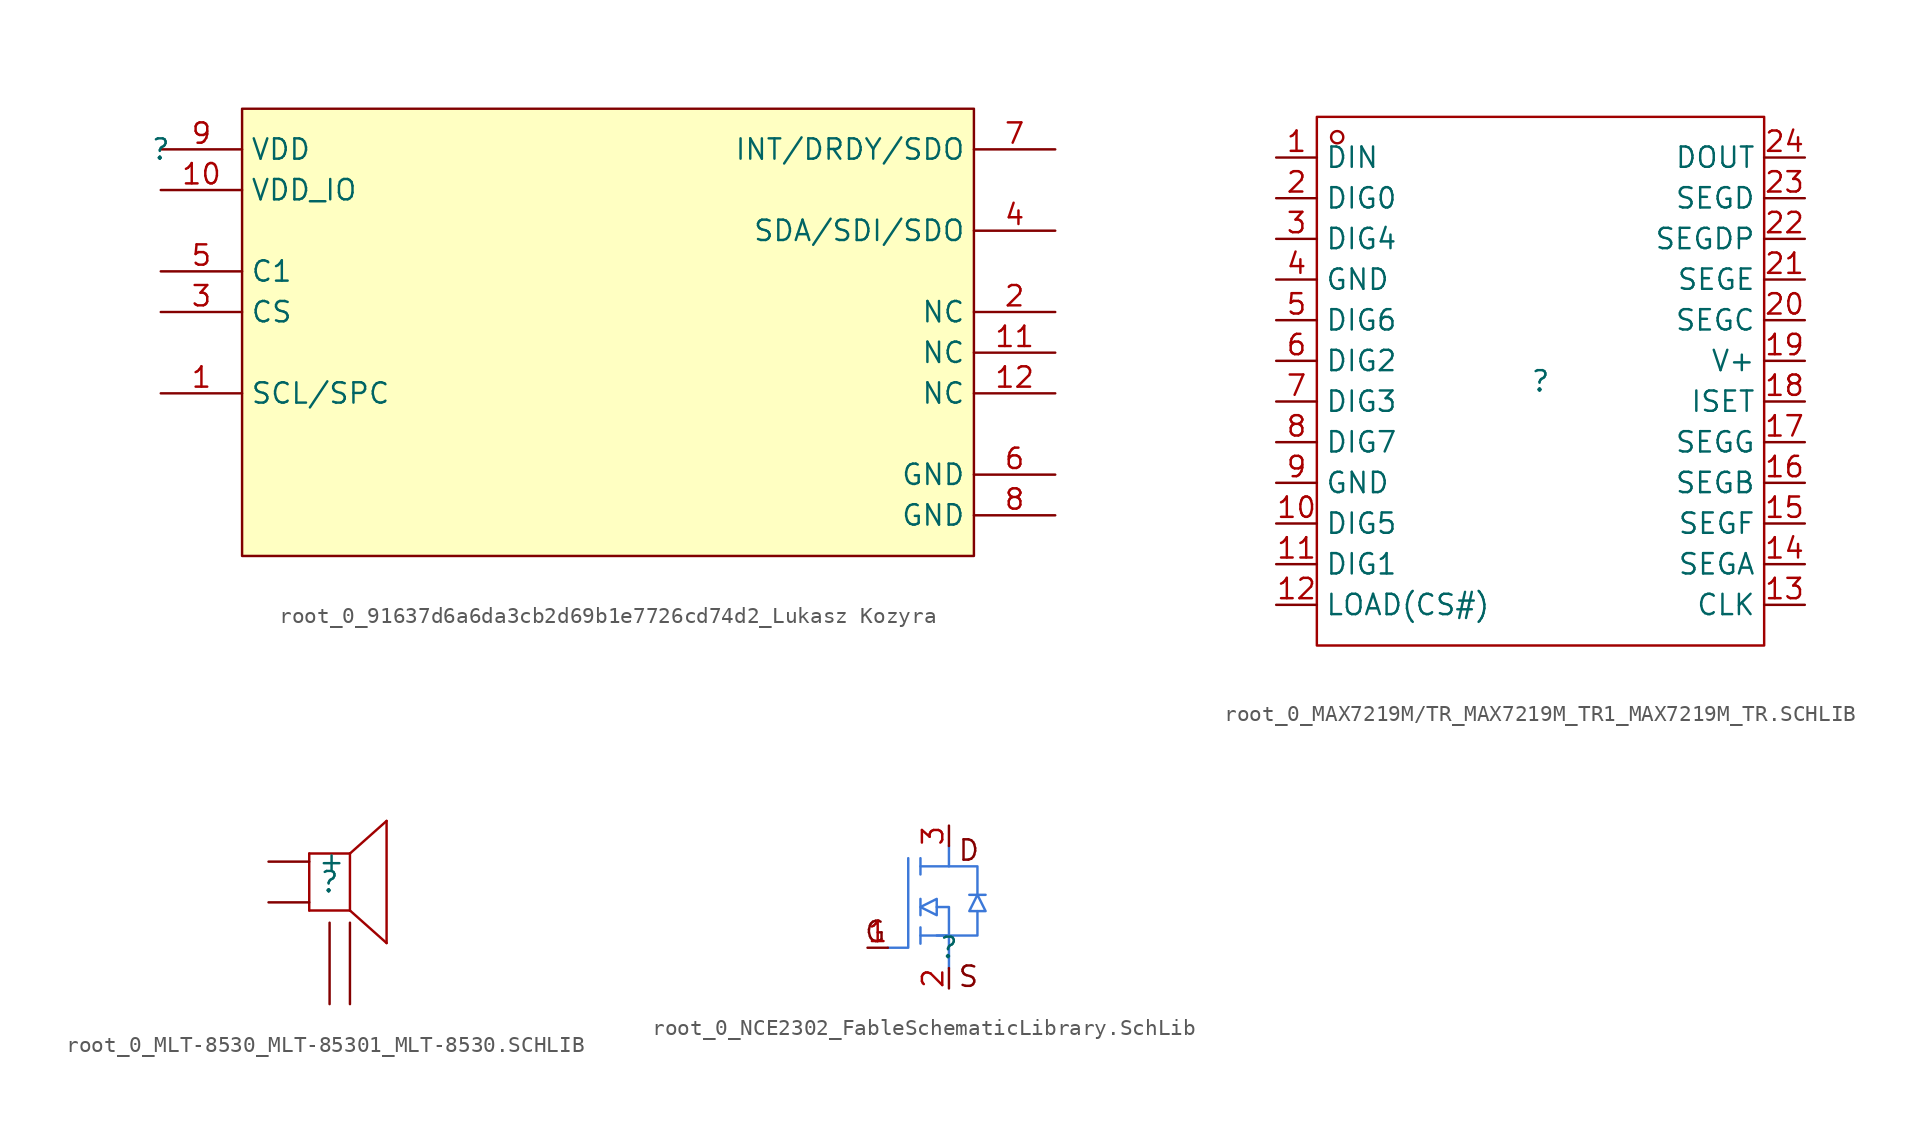
<source format=kicad_sym>
(kicad_symbol_lib
  (version 20241209)
  (generator "kicad_symbol_editor")
  (generator_version "9.0")
  (symbol "root_0_91637d6a6da3cb2d69b1e7726cd74d2_Lukasz Kozyra"
    (property "Reference" ""
      (at 0 0 0)
      (effects (font (size 1.27 1.27))))
    (property "Value" ""
      (at 0 0 0)
      (effects (font (size 1.27 1.27))))
    (symbol "root_0_91637d6a6da3cb2d69b1e7726cd74d2_Lukasz Kozyra_1_0"
      (rectangle (start 50.8 2.54) (end 5.08 -25.4) (stroke (width 0) (type solid) (color 128 0 0 1)) (fill (type background)))
      (pin power_in line (at 0 0 0) (length 5.08) (name "VDD" (effects (font (size 1.27 1.27)))) (number "9" (effects (font (size 1.27 1.27)))))
      (pin power_in line (at 0 -2.54 0) (length 5.08) (name "VDD_IO" (effects (font (size 1.27 1.27)))) (number "10" (effects (font (size 1.27 1.27)))))
      (pin passive line (at 0 -7.62 0) (length 5.08) (name "C1" (effects (font (size 1.27 1.27)))) (number "5" (effects (font (size 1.27 1.27)))))
      (pin input line (at 0 -10.16 0) (length 5.08) (name "CS" (effects (font (size 1.27 1.27)))) (number "3" (effects (font (size 1.27 1.27)))))
      (pin input line (at 0 -15.24 0) (length 5.08) (name "SCL/SPC" (effects (font (size 1.27 1.27)))) (number "1" (effects (font (size 1.27 1.27)))))
      (pin output line (at 55.88 0 180) (length 5.08) (name "INT/DRDY/SDO" (effects (font (size 1.27 1.27)))) (number "7" (effects (font (size 1.27 1.27)))))
      (pin bidirectional line (at 55.88 -5.08 180) (length 5.08) (name "SDA/SDI/SDO" (effects (font (size 1.27 1.27)))) (number "4" (effects (font (size 1.27 1.27)))))
      (pin passive line (at 55.88 -10.16 180) (length 5.08) (name "NC" (effects (font (size 1.27 1.27)))) (number "2" (effects (font (size 1.27 1.27)))))
      (pin passive line (at 55.88 -12.7 180) (length 5.08) (name "NC" (effects (font (size 1.27 1.27)))) (number "11" (effects (font (size 1.27 1.27)))))
      (pin passive line (at 55.88 -15.24 180) (length 5.08) (name "NC" (effects (font (size 1.27 1.27)))) (number "12" (effects (font (size 1.27 1.27)))))
      (pin power_in line (at 55.88 -20.32 180) (length 5.08) (name "GND" (effects (font (size 1.27 1.27)))) (number "6" (effects (font (size 1.27 1.27)))))
      (pin power_in line (at 55.88 -22.86 180) (length 5.08) (name "GND" (effects (font (size 1.27 1.27)))) (number "8" (effects (font (size 1.27 1.27)))))))
  (symbol "root_0_MAX7219M/TR_MAX7219M_TR1_MAX7219M_TR.SCHLIB"
    (property "Reference" ""
      (at 0 0 0)
      (effects (font (size 1.27 1.27))))
    (property "Value" ""
      (at 0 0 0)
      (effects (font (size 1.27 1.27))))
    (symbol "root_0_MAX7219M/TR_MAX7219M_TR1_MAX7219M_TR.SCHLIB_1_0"
      (rectangle (start -13.97 16.51) (end 13.97 -16.51) (stroke (width 0) (type solid) (color 160 0 0 1)) (fill (type none)))
      (circle (center -12.7 15.24) (radius 0.381) (stroke (width 0) (type solid) (color 160 0 0 1)) (fill (type none)))
      (pin passive line (at -16.51 13.97 0) (length 2.54) (name "DIN" (effects (font (size 1.27 1.27)))) (number "1" (effects (font (size 1.27 1.27)))))
      (pin passive line (at -16.51 11.43 0) (length 2.54) (name "DIG0" (effects (font (size 1.27 1.27)))) (number "2" (effects (font (size 1.27 1.27)))))
      (pin passive line (at -16.51 8.89 0) (length 2.54) (name "DIG4" (effects (font (size 1.27 1.27)))) (number "3" (effects (font (size 1.27 1.27)))))
      (pin passive line (at -16.51 6.35 0) (length 2.54) (name "GND" (effects (font (size 1.27 1.27)))) (number "4" (effects (font (size 1.27 1.27)))))
      (pin passive line (at -16.51 3.81 0) (length 2.54) (name "DIG6" (effects (font (size 1.27 1.27)))) (number "5" (effects (font (size 1.27 1.27)))))
      (pin passive line (at -16.51 1.27 0) (length 2.54) (name "DIG2" (effects (font (size 1.27 1.27)))) (number "6" (effects (font (size 1.27 1.27)))))
      (pin passive line (at -16.51 -1.27 0) (length 2.54) (name "DIG3" (effects (font (size 1.27 1.27)))) (number "7" (effects (font (size 1.27 1.27)))))
      (pin passive line (at -16.51 -3.81 0) (length 2.54) (name "DIG7" (effects (font (size 1.27 1.27)))) (number "8" (effects (font (size 1.27 1.27)))))
      (pin passive line (at -16.51 -6.35 0) (length 2.54) (name "GND" (effects (font (size 1.27 1.27)))) (number "9" (effects (font (size 1.27 1.27)))))
      (pin passive line (at -16.51 -8.89 0) (length 2.54) (name "DIG5" (effects (font (size 1.27 1.27)))) (number "10" (effects (font (size 1.27 1.27)))))
      (pin passive line (at -16.51 -11.43 0) (length 2.54) (name "DIG1" (effects (font (size 1.27 1.27)))) (number "11" (effects (font (size 1.27 1.27)))))
      (pin passive line (at -16.51 -13.97 0) (length 2.54) (name "LOAD(CS#)" (effects (font (size 1.27 1.27)))) (number "12" (effects (font (size 1.27 1.27)))))
      (pin passive line (at 16.51 13.97 180) (length 2.54) (name "DOUT" (effects (font (size 1.27 1.27)))) (number "24" (effects (font (size 1.27 1.27)))))
      (pin passive line (at 16.51 11.43 180) (length 2.54) (name "SEGD" (effects (font (size 1.27 1.27)))) (number "23" (effects (font (size 1.27 1.27)))))
      (pin passive line (at 16.51 8.89 180) (length 2.54) (name "SEGDP" (effects (font (size 1.27 1.27)))) (number "22" (effects (font (size 1.27 1.27)))))
      (pin passive line (at 16.51 6.35 180) (length 2.54) (name "SEGE" (effects (font (size 1.27 1.27)))) (number "21" (effects (font (size 1.27 1.27)))))
      (pin passive line (at 16.51 3.81 180) (length 2.54) (name "SEGC" (effects (font (size 1.27 1.27)))) (number "20" (effects (font (size 1.27 1.27)))))
      (pin passive line (at 16.51 1.27 180) (length 2.54) (name "V+" (effects (font (size 1.27 1.27)))) (number "19" (effects (font (size 1.27 1.27)))))
      (pin passive line (at 16.51 -1.27 180) (length 2.54) (name "ISET" (effects (font (size 1.27 1.27)))) (number "18" (effects (font (size 1.27 1.27)))))
      (pin passive line (at 16.51 -3.81 180) (length 2.54) (name "SEGG" (effects (font (size 1.27 1.27)))) (number "17" (effects (font (size 1.27 1.27)))))
      (pin passive line (at 16.51 -6.35 180) (length 2.54) (name "SEGB" (effects (font (size 1.27 1.27)))) (number "16" (effects (font (size 1.27 1.27)))))
      (pin passive line (at 16.51 -8.89 180) (length 2.54) (name "SEGF" (effects (font (size 1.27 1.27)))) (number "15" (effects (font (size 1.27 1.27)))))
      (pin passive line (at 16.51 -11.43 180) (length 2.54) (name "SEGA" (effects (font (size 1.27 1.27)))) (number "14" (effects (font (size 1.27 1.27)))))
      (pin passive line (at 16.51 -13.97 180) (length 2.54) (name "CLK" (effects (font (size 1.27 1.27)))) (number "13" (effects (font (size 1.27 1.27)))))))
  (symbol "root_0_MLT-8530_MLT-85301_MLT-8530.SCHLIB"
    (pin_numbers
      (hide yes))
    (property "Reference" ""
      (at 0 0 0)
      (effects (font (size 1.27 1.27))))
    (property "Value" ""
      (at 0 0 0)
      (effects (font (size 1.27 1.27))))
    (symbol "root_0_MLT-8530_MLT-85301_MLT-8530.SCHLIB_1_0"
      (polyline (pts (xy -1.27 1.778) (xy -1.27 -1.778)) (stroke (width 0) (type solid) (color 160 0 0 1)) (fill (type none)))
      (polyline (pts (xy -1.27 1.778) (xy 1.27 1.778)) (stroke (width 0) (type solid) (color 160 0 0 1)) (fill (type none)))
      (polyline (pts (xy -1.27 -1.778) (xy 1.27 -1.778)) (stroke (width 0) (type solid) (color 160 0 0 1)) (fill (type none)))
      (polyline (pts (xy 1.27 1.778) (xy 1.27 -1.778)) (stroke (width 0) (type solid) (color 160 0 0 1)) (fill (type none)))
      (polyline (pts (xy 1.27 -1.778) (xy 3.556 -3.81)) (stroke (width 0) (type solid) (color 160 0 0 1)) (fill (type none)))
      (polyline (pts (xy 3.556 3.81) (xy 1.27 1.778)) (stroke (width 0) (type solid) (color 160 0 0 1)) (fill (type none)))
      (polyline (pts (xy 3.556 3.81) (xy 3.556 -3.81)) (stroke (width 0) (type solid) (color 160 0 0 1)) (fill (type none)))
      (pin passive line (at -3.81 1.27 0) (length 2.54) (name "+" (effects (font (size 1.27 1.27)))) (number "1" (effects (font (size 1.27 1.27)))))
      (pin passive line (at -3.81 -1.27 0) (length 2.54) (name "2" (effects (font (size 0 0)))) (number "2" (effects (font (size 1.27 1.27)))))
      (pin passive line (at 0 -7.62 90) (length 5.08) (name "3" (effects (font (size 0 0)))) (number "3" (effects (font (size 1.27 1.27)))))
      (pin passive line (at 1.27 -7.62 90) (length 5.08) (name "4" (effects (font (size 0 0)))) (number "4" (effects (font (size 1.27 1.27)))))))
  (symbol "root_0_NCE2302_FableSchematicLibrary.SchLib"
    (pin_names
      (hide yes))
    (property "Reference" ""
      (at 0 0 0)
      (effects (font (size 1.27 1.27))))
    (property "Value" ""
      (at 0 0 0)
      (effects (font (size 1.27 1.27))))
    (symbol "root_0_NCE2302_FableSchematicLibrary.SchLib_1_0"
      (polyline (pts (xy -3.81 0) (xy -2.54 0) (xy -2.54 5.588)) (stroke (width 0) (type solid) (color 60 120 216 1)) (fill (type none)))
      (polyline (pts (xy -1.778 5.588) (xy -1.778 4.572)) (stroke (width 0) (type solid) (color 60 120 216 1)) (fill (type none)))
      (polyline (pts (xy -1.778 3.048) (xy -1.778 2.032)) (stroke (width 0) (type solid) (color 60 120 216 1)) (fill (type none)))
      (polyline (pts (xy -1.778 2.54) (xy -0.762 3.048) (xy -0.762 2.032) (xy -1.778 2.54)) (stroke (width 0) (type solid) (color 60 120 216 1)) (fill (type none)))
      (polyline (pts (xy -1.778 1.27) (xy -1.778 0.254)) (stroke (width 0) (type solid) (color 60 120 216 1)) (fill (type none)))
      (polyline (pts (xy -1.778 0.762) (xy 0 0.762) (xy 0 -1.27)) (stroke (width 0) (type solid) (color 60 120 216 1)) (fill (type none)))
      (polyline (pts (xy -0.762 0.762) (xy 1.778 0.762) (xy 1.778 2.286)) (stroke (width 0) (type solid) (color 60 120 216 1)) (fill (type none)))
      (polyline (pts (xy 0 5.08) (xy 0 6.35)) (stroke (width 0) (type solid) (color 60 120 216 1)) (fill (type none)))
      (polyline (pts (xy 0 0.762) (xy 0 2.54) (xy -0.762 2.54)) (stroke (width 0) (type solid) (color 60 120 216 1)) (fill (type none)))
      (polyline (pts (xy 1.778 3.302) (xy 1.778 5.08) (xy -1.778 5.08)) (stroke (width 0) (type solid) (color 60 120 216 1)) (fill (type none)))
      (polyline (pts (xy 1.778 3.302) (xy 2.286 2.286) (xy 1.27 2.286) (xy 1.778 3.302)) (stroke (width 0) (type solid) (color 60 120 216 1)) (fill (type none)))
      (polyline (pts (xy 2.286 3.302) (xy 1.27 3.302)) (stroke (width 0) (type solid) (color 60 120 216 1)) (fill (type none)))
      (text "G" (at -5.334 0.254 0) (effects (font (size 1.27 1.27)) (justify left bottom)))
      (text "D" (at 0.508 5.334 0) (effects (font (size 1.27 1.27)) (justify left bottom)))
      (text "S" (at 0.508 -2.54 0) (effects (font (size 1.27 1.27)) (justify left bottom)))
      (pin passive line (at -5.08 0 0) (length 1.27) (name "G" (effects (font (size 1.27 1.27)))) (number "1" (effects (font (size 1.27 1.27)))))
      (pin passive line (at 0 7.62 270) (length 1.27) (name "D" (effects (font (size 1.27 1.27)))) (number "3" (effects (font (size 1.27 1.27)))))
      (pin passive line (at 0 -2.54 90) (length 1.27) (name "S" (effects (font (size 1.27 1.27)))) (number "2" (effects (font (size 1.27 1.27))))))))
</source>
